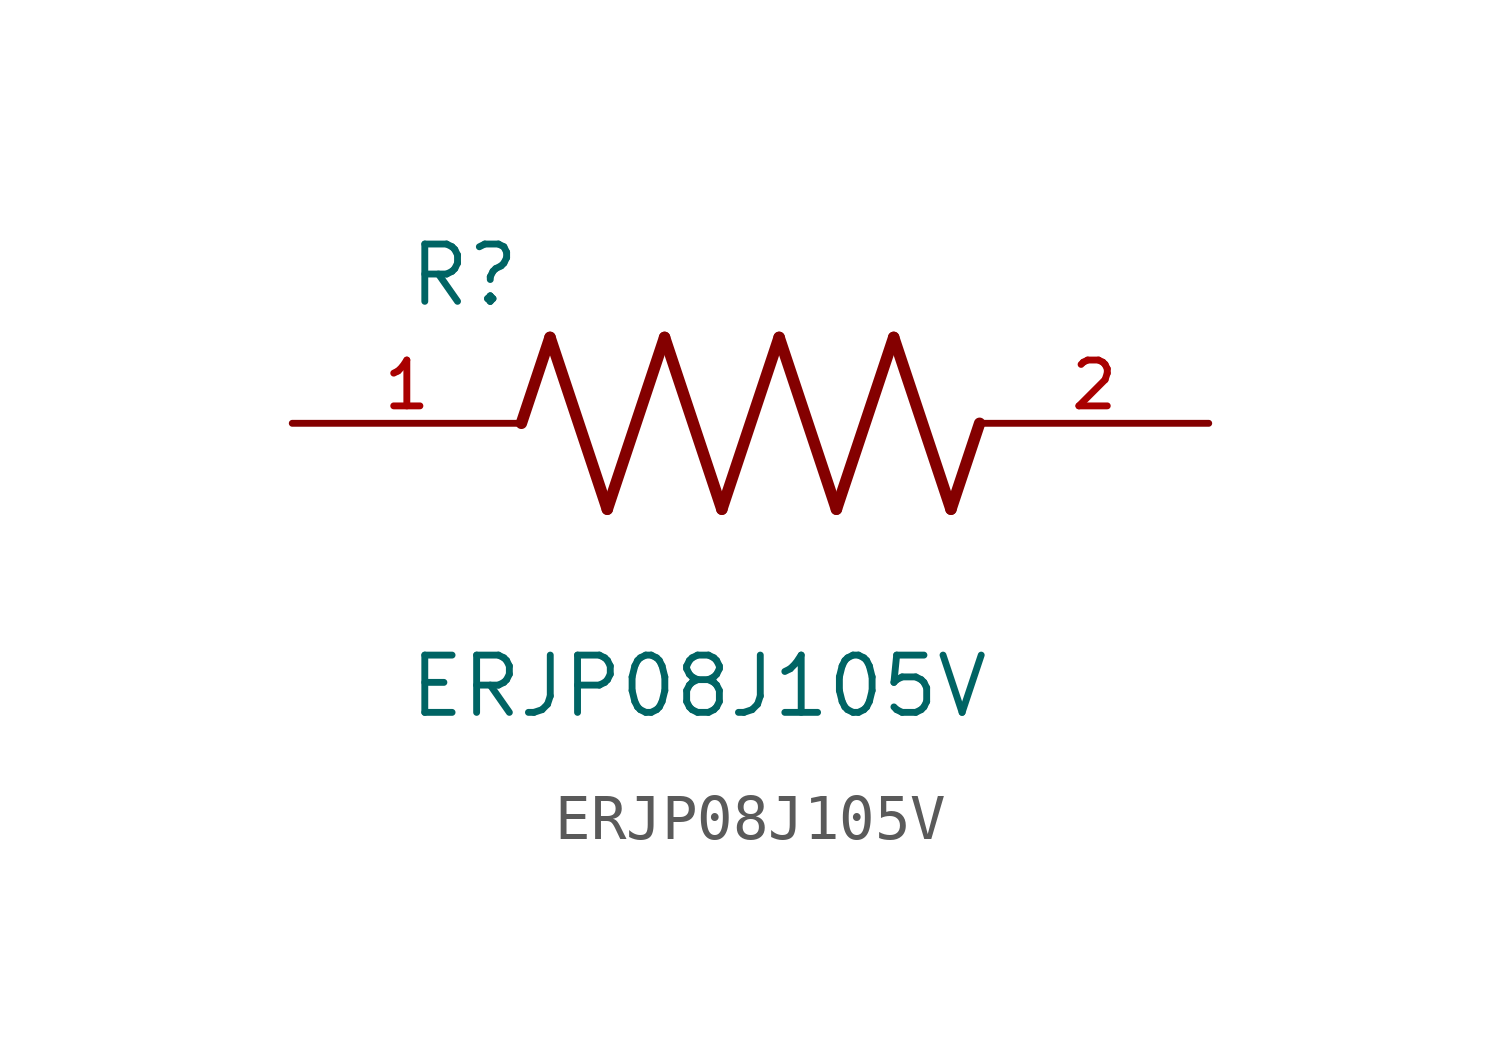
<source format=kicad_sym>
(kicad_symbol_lib
  (version 20211014)
  (generator kicad_symbol_editor)
  (symbol "ERJP08J105V"
    (pin_names
      (offset 1.016))
    (property "Reference" "R"
      (at -7.624 2.541 0)
      (effects (font (size 1.27 1.27)) (justify bottom left)))
    (property "Value" "ERJP08J105V"
      (at -7.624 -5.087 0)
      (effects (font (size 1.27 1.27)) (justify top left)))
    (symbol "ERJP08J105V_0_0"
      (polyline (pts (xy -5.08 0.0) (xy -4.445 1.905)) (stroke (width 0.254)))
      (polyline (pts (xy -4.445 1.905) (xy -3.175 -1.905)) (stroke (width 0.254)))
      (polyline (pts (xy -3.175 -1.905) (xy -1.905 1.905)) (stroke (width 0.254)))
      (polyline (pts (xy -1.905 1.905) (xy -0.635 -1.905)) (stroke (width 0.254)))
      (polyline (pts (xy -0.635 -1.905) (xy 0.635 1.905)) (stroke (width 0.254)))
      (polyline (pts (xy 0.635 1.905) (xy 1.905 -1.905)) (stroke (width 0.254)))
      (polyline (pts (xy 1.905 -1.905) (xy 3.175 1.905)) (stroke (width 0.254)))
      (polyline (pts (xy 3.175 1.905) (xy 4.445 -1.905)) (stroke (width 0.254)))
      (polyline (pts (xy 4.445 -1.905) (xy 5.08 0.0)) (stroke (width 0.254)))
      (pin passive line (at -10.16 0.0 0) (length 5.08) (name "~" (effects (font (size 1.016 1.016)))) (number "1" (effects (font (size 1.016 1.016)))))
      (pin passive line (at 10.16 0.0 180.0) (length 5.08) (name "~" (effects (font (size 1.016 1.016)))) (number "2" (effects (font (size 1.016 1.016))))))))
</source>
